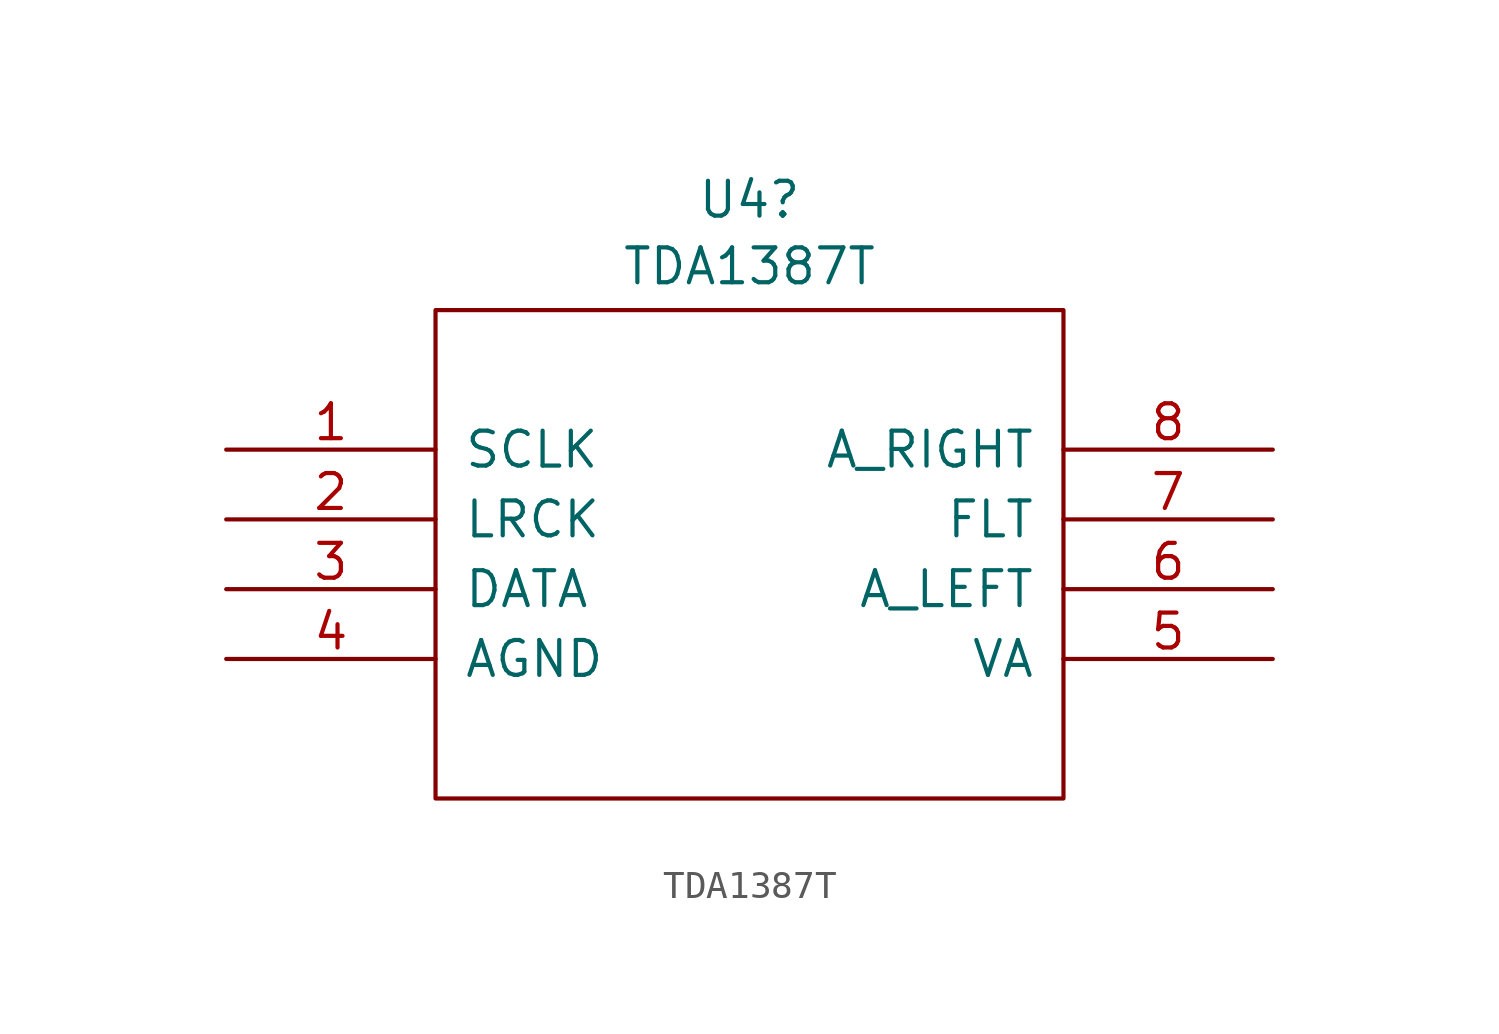
<source format=kicad_sym>
(kicad_symbol_lib
  (version 20231120)
  (generator "kicad_symbol_editor")
  (generator_version "8.0")
  (symbol "TDA1387T"
    (pin_names
      (offset 1.016))
    (property "Reference" "U4"
      (at 0 12.908 0)
      (effects (font (size 1.27 1.27))))
    (property "Value" "TDA1387T"
      (at 0 10.483 0)
      (effects (font (size 1.27 1.27))))
    (symbol "TDA1387T_1_0"
      (rectangle (start -11.43 -8.89) (end 11.43 8.89) (stroke (width 0) (type solid)) (fill (type none))))
    (symbol "TDA1387T_1_1"
      (pin input line (at -19.05 3.81 0) (length 7.62) (name "SCLK" (effects (font (size 1.27 1.27)))) (number "1" (effects (font (size 1.27 1.27)))))
      (pin input line (at -19.05 1.27 0) (length 7.62) (name "LRCK" (effects (font (size 1.27 1.27)))) (number "2" (effects (font (size 1.27 1.27)))))
      (pin input line (at -19.05 -1.27 0) (length 7.62) (name "DATA" (effects (font (size 1.27 1.27)))) (number "3" (effects (font (size 1.27 1.27)))))
      (pin input line (at -19.05 -3.81 0) (length 7.62) (name "AGND" (effects (font (size 1.27 1.27)))) (number "4" (effects (font (size 1.27 1.27)))))
      (pin input line (at 19.05 -3.81 180) (length 7.62) (name "VA" (effects (font (size 1.27 1.27)))) (number "5" (effects (font (size 1.27 1.27)))))
      (pin input line (at 19.05 -1.27 180) (length 7.62) (name "A_LEFT" (effects (font (size 1.27 1.27)))) (number "6" (effects (font (size 1.27 1.27)))))
      (pin input line (at 19.05 1.27 180) (length 7.62) (name "FLT" (effects (font (size 1.27 1.27)))) (number "7" (effects (font (size 1.27 1.27)))))
      (pin input line (at 19.05 3.81 180) (length 7.62) (name "A_RIGHT" (effects (font (size 1.27 1.27)))) (number "8" (effects (font (size 1.27 1.27))))))))
</source>
